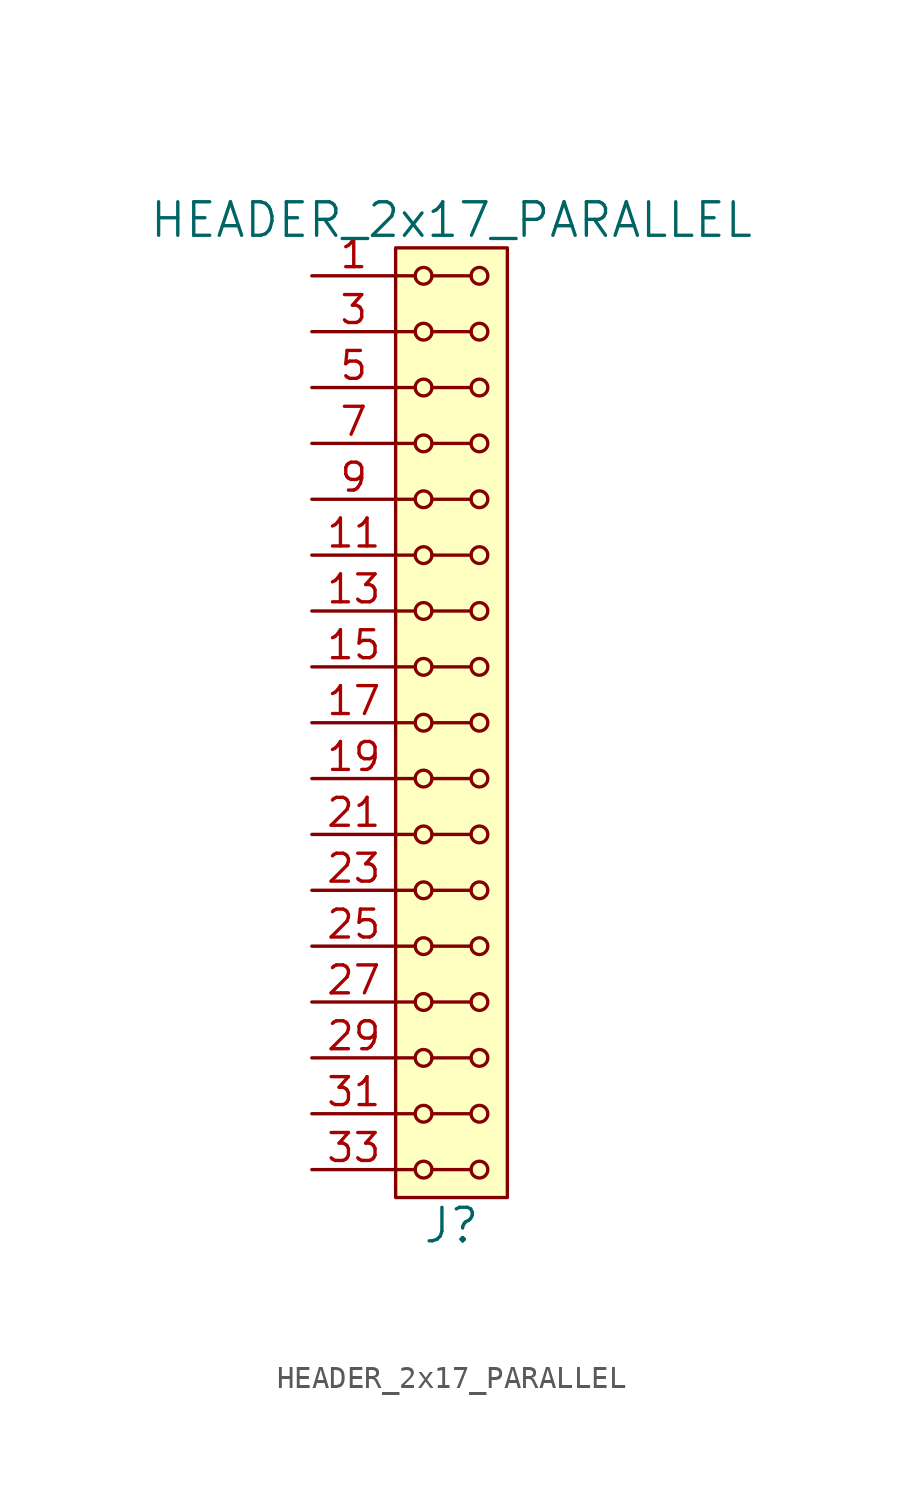
<source format=kicad_sym>
(kicad_symbol_lib
  (version 20211014)
  (generator kicad_symbol_editor)
  (symbol "HEADER_2x17_PARALLEL"
    (pin_names
      (offset 1.016))
    (property "Reference" "J"
      (at 0 -22.86 0)
      (effects (font (size 1.524 1.524))))
    (property "Value" "HEADER_2x17_PARALLEL"
      (at 0 22.86 0)
      (effects (font (size 1.524 1.524))))
    (property "Footprint" ""
      (at 0 20.32 0)
      (effects (font (size 1.524 1.524))))
    (property "Datasheet" ""
      (at 0 20.32 0)
      (effects (font (size 1.524 1.524))))
    (symbol "HEADER_2x17_PARALLEL_0_1"
      (rectangle (start -2.54 21.59) (end 2.54 -21.59) (stroke (width 0) (type default) (color 0 0 0 0)) (fill (type background)))
      (circle (center -1.27 -20.32) (radius 0.381) (stroke (width 0) (type default) (color 0 0 0 0)) (fill (type none)))
      (circle (center -1.27 -17.78) (radius 0.381) (stroke (width 0) (type default) (color 0 0 0 0)) (fill (type none)))
      (circle (center -1.27 -15.24) (radius 0.381) (stroke (width 0) (type default) (color 0 0 0 0)) (fill (type none)))
      (circle (center -1.27 -12.7) (radius 0.381) (stroke (width 0) (type default) (color 0 0 0 0)) (fill (type none)))
      (circle (center -1.27 -10.16) (radius 0.381) (stroke (width 0) (type default) (color 0 0 0 0)) (fill (type none)))
      (circle (center -1.27 -7.62) (radius 0.381) (stroke (width 0) (type default) (color 0 0 0 0)) (fill (type none)))
      (circle (center -1.27 -5.08) (radius 0.381) (stroke (width 0) (type default) (color 0 0 0 0)) (fill (type none)))
      (circle (center -1.27 -2.54) (radius 0.381) (stroke (width 0) (type default) (color 0 0 0 0)) (fill (type none)))
      (circle (center -1.27 0) (radius 0.381) (stroke (width 0) (type default) (color 0 0 0 0)) (fill (type none)))
      (circle (center -1.27 2.54) (radius 0.381) (stroke (width 0) (type default) (color 0 0 0 0)) (fill (type none)))
      (circle (center -1.27 5.08) (radius 0.381) (stroke (width 0) (type default) (color 0 0 0 0)) (fill (type none)))
      (circle (center -1.27 7.62) (radius 0.381) (stroke (width 0) (type default) (color 0 0 0 0)) (fill (type none)))
      (circle (center -1.27 10.16) (radius 0.381) (stroke (width 0) (type default) (color 0 0 0 0)) (fill (type none)))
      (circle (center -1.27 12.7) (radius 0.381) (stroke (width 0) (type default) (color 0 0 0 0)) (fill (type none)))
      (circle (center -1.27 15.24) (radius 0.381) (stroke (width 0) (type default) (color 0 0 0 0)) (fill (type none)))
      (circle (center -1.27 17.78) (radius 0.381) (stroke (width 0) (type default) (color 0 0 0 0)) (fill (type none)))
      (circle (center -1.27 20.32) (radius 0.381) (stroke (width 0) (type default) (color 0 0 0 0)) (fill (type none)))
      (polyline (pts (xy -1.651 -20.32) (xy -2.54 -20.32)) (stroke (width 0) (type default) (color 0 0 0 0)) (fill (type none)))
      (polyline (pts (xy -1.651 -17.78) (xy -2.54 -17.78)) (stroke (width 0) (type default) (color 0 0 0 0)) (fill (type none)))
      (polyline (pts (xy -1.651 -15.24) (xy -2.54 -15.24)) (stroke (width 0) (type default) (color 0 0 0 0)) (fill (type none)))
      (polyline (pts (xy -1.651 -12.7) (xy -2.54 -12.7)) (stroke (width 0) (type default) (color 0 0 0 0)) (fill (type none)))
      (polyline (pts (xy -1.651 -10.16) (xy -2.54 -10.16)) (stroke (width 0) (type default) (color 0 0 0 0)) (fill (type none)))
      (polyline (pts (xy -1.651 -7.62) (xy -2.54 -7.62)) (stroke (width 0) (type default) (color 0 0 0 0)) (fill (type none)))
      (polyline (pts (xy -1.651 -5.08) (xy -2.54 -5.08)) (stroke (width 0) (type default) (color 0 0 0 0)) (fill (type none)))
      (polyline (pts (xy -1.651 -2.54) (xy -2.54 -2.54)) (stroke (width 0) (type default) (color 0 0 0 0)) (fill (type none)))
      (polyline (pts (xy -1.651 0) (xy -2.54 0)) (stroke (width 0) (type default) (color 0 0 0 0)) (fill (type none)))
      (polyline (pts (xy -1.651 2.54) (xy -2.54 2.54)) (stroke (width 0) (type default) (color 0 0 0 0)) (fill (type none)))
      (polyline (pts (xy -1.651 5.08) (xy -2.54 5.08)) (stroke (width 0) (type default) (color 0 0 0 0)) (fill (type none)))
      (polyline (pts (xy -1.651 7.62) (xy -2.54 7.62)) (stroke (width 0) (type default) (color 0 0 0 0)) (fill (type none)))
      (polyline (pts (xy -1.651 10.16) (xy -2.54 10.16)) (stroke (width 0) (type default) (color 0 0 0 0)) (fill (type none)))
      (polyline (pts (xy -1.651 12.7) (xy -2.54 12.7)) (stroke (width 0) (type default) (color 0 0 0 0)) (fill (type none)))
      (polyline (pts (xy -1.651 15.24) (xy -2.54 15.24)) (stroke (width 0) (type default) (color 0 0 0 0)) (fill (type none)))
      (polyline (pts (xy -1.651 17.78) (xy -2.54 17.78)) (stroke (width 0) (type default) (color 0 0 0 0)) (fill (type none)))
      (polyline (pts (xy -1.651 20.32) (xy -2.54 20.32)) (stroke (width 0) (type default) (color 0 0 0 0)) (fill (type none)))
      (polyline (pts (xy -0.889 -20.32) (xy 0.889 -20.32)) (stroke (width 0) (type default) (color 0 0 0 0)) (fill (type none)))
      (polyline (pts (xy -0.889 -17.78) (xy 0.889 -17.78)) (stroke (width 0) (type default) (color 0 0 0 0)) (fill (type none)))
      (polyline (pts (xy -0.889 -15.24) (xy 0.889 -15.24)) (stroke (width 0) (type default) (color 0 0 0 0)) (fill (type none)))
      (polyline (pts (xy -0.889 -12.7) (xy 0.889 -12.7)) (stroke (width 0) (type default) (color 0 0 0 0)) (fill (type none)))
      (polyline (pts (xy -0.889 -10.16) (xy 0.889 -10.16)) (stroke (width 0) (type default) (color 0 0 0 0)) (fill (type none)))
      (polyline (pts (xy -0.889 -7.62) (xy 0.889 -7.62)) (stroke (width 0) (type default) (color 0 0 0 0)) (fill (type none)))
      (polyline (pts (xy -0.889 -5.08) (xy 0.889 -5.08)) (stroke (width 0) (type default) (color 0 0 0 0)) (fill (type none)))
      (polyline (pts (xy -0.889 -2.54) (xy 0.889 -2.54)) (stroke (width 0) (type default) (color 0 0 0 0)) (fill (type none)))
      (polyline (pts (xy -0.889 0) (xy 0.889 0)) (stroke (width 0) (type default) (color 0 0 0 0)) (fill (type none)))
      (polyline (pts (xy -0.889 2.54) (xy 0.889 2.54)) (stroke (width 0) (type default) (color 0 0 0 0)) (fill (type none)))
      (polyline (pts (xy -0.889 5.08) (xy 0.889 5.08)) (stroke (width 0) (type default) (color 0 0 0 0)) (fill (type none)))
      (polyline (pts (xy -0.889 7.62) (xy 0.889 7.62)) (stroke (width 0) (type default) (color 0 0 0 0)) (fill (type none)))
      (polyline (pts (xy -0.889 10.16) (xy 0.889 10.16)) (stroke (width 0) (type default) (color 0 0 0 0)) (fill (type none)))
      (polyline (pts (xy -0.889 12.7) (xy 0.889 12.7)) (stroke (width 0) (type default) (color 0 0 0 0)) (fill (type none)))
      (polyline (pts (xy -0.889 15.24) (xy 0.889 15.24)) (stroke (width 0) (type default) (color 0 0 0 0)) (fill (type none)))
      (polyline (pts (xy -0.889 17.78) (xy 0.889 17.78)) (stroke (width 0) (type default) (color 0 0 0 0)) (fill (type none)))
      (polyline (pts (xy -0.889 20.32) (xy 0.889 20.32)) (stroke (width 0) (type default) (color 0 0 0 0)) (fill (type none)))
      (circle (center 1.27 -20.32) (radius 0.381) (stroke (width 0) (type default) (color 0 0 0 0)) (fill (type none)))
      (circle (center 1.27 -17.78) (radius 0.381) (stroke (width 0) (type default) (color 0 0 0 0)) (fill (type none)))
      (circle (center 1.27 -15.24) (radius 0.381) (stroke (width 0) (type default) (color 0 0 0 0)) (fill (type none)))
      (circle (center 1.27 -12.7) (radius 0.381) (stroke (width 0) (type default) (color 0 0 0 0)) (fill (type none)))
      (circle (center 1.27 -10.16) (radius 0.381) (stroke (width 0) (type default) (color 0 0 0 0)) (fill (type none)))
      (circle (center 1.27 -7.62) (radius 0.381) (stroke (width 0) (type default) (color 0 0 0 0)) (fill (type none)))
      (circle (center 1.27 -5.08) (radius 0.381) (stroke (width 0) (type default) (color 0 0 0 0)) (fill (type none)))
      (circle (center 1.27 -2.54) (radius 0.381) (stroke (width 0) (type default) (color 0 0 0 0)) (fill (type none)))
      (circle (center 1.27 0) (radius 0.381) (stroke (width 0) (type default) (color 0 0 0 0)) (fill (type none)))
      (circle (center 1.27 2.54) (radius 0.381) (stroke (width 0) (type default) (color 0 0 0 0)) (fill (type none)))
      (circle (center 1.27 5.08) (radius 0.381) (stroke (width 0) (type default) (color 0 0 0 0)) (fill (type none)))
      (circle (center 1.27 7.62) (radius 0.381) (stroke (width 0) (type default) (color 0 0 0 0)) (fill (type none)))
      (circle (center 1.27 10.16) (radius 0.381) (stroke (width 0) (type default) (color 0 0 0 0)) (fill (type none)))
      (circle (center 1.27 12.7) (radius 0.381) (stroke (width 0) (type default) (color 0 0 0 0)) (fill (type none)))
      (circle (center 1.27 15.24) (radius 0.381) (stroke (width 0) (type default) (color 0 0 0 0)) (fill (type none)))
      (circle (center 1.27 17.78) (radius 0.381) (stroke (width 0) (type default) (color 0 0 0 0)) (fill (type none)))
      (circle (center 1.27 20.32) (radius 0.381) (stroke (width 0) (type default) (color 0 0 0 0)) (fill (type none))))
    (symbol "HEADER_2x17_PARALLEL_1_1"
      (pin input line (at -6.35 20.32 0) (length 3.81) (name "~" (effects (font (size 1.27 1.27)))) (number "1" (effects (font (size 1.27 1.27)))))
      (pin input line (at -6.35 10.16 0) (length 3.81) hide (name "~" (effects (font (size 1.27 1.27)))) (number "10" (effects (font (size 1.27 1.27)))))
      (pin input line (at -6.35 7.62 0) (length 3.81) (name "~" (effects (font (size 1.27 1.27)))) (number "11" (effects (font (size 1.27 1.27)))))
      (pin input line (at -6.35 7.62 0) (length 3.81) hide (name "~" (effects (font (size 1.27 1.27)))) (number "12" (effects (font (size 1.27 1.27)))))
      (pin input line (at -6.35 5.08 0) (length 3.81) (name "~" (effects (font (size 1.27 1.27)))) (number "13" (effects (font (size 1.27 1.27)))))
      (pin input line (at -6.35 5.08 0) (length 3.81) hide (name "~" (effects (font (size 1.27 1.27)))) (number "14" (effects (font (size 1.27 1.27)))))
      (pin input line (at -6.35 2.54 0) (length 3.81) (name "~" (effects (font (size 1.27 1.27)))) (number "15" (effects (font (size 1.27 1.27)))))
      (pin input line (at -6.35 2.54 0) (length 3.81) hide (name "~" (effects (font (size 1.27 1.27)))) (number "16" (effects (font (size 1.27 1.27)))))
      (pin input line (at -6.35 0 0) (length 3.81) (name "~" (effects (font (size 1.27 1.27)))) (number "17" (effects (font (size 1.27 1.27)))))
      (pin input line (at -6.35 0 0) (length 3.81) hide (name "~" (effects (font (size 1.27 1.27)))) (number "18" (effects (font (size 1.27 1.27)))))
      (pin input line (at -6.35 -2.54 0) (length 3.81) (name "~" (effects (font (size 1.27 1.27)))) (number "19" (effects (font (size 1.27 1.27)))))
      (pin input line (at -6.35 20.32 0) (length 3.81) hide (name "~" (effects (font (size 1.27 1.27)))) (number "2" (effects (font (size 1.27 1.27)))))
      (pin input line (at -6.35 -2.54 0) (length 3.81) hide (name "~" (effects (font (size 1.27 1.27)))) (number "20" (effects (font (size 1.27 1.27)))))
      (pin input line (at -6.35 -5.08 0) (length 3.81) (name "~" (effects (font (size 1.27 1.27)))) (number "21" (effects (font (size 1.27 1.27)))))
      (pin input line (at -6.35 -5.08 0) (length 3.81) hide (name "~" (effects (font (size 1.27 1.27)))) (number "22" (effects (font (size 1.27 1.27)))))
      (pin input line (at -6.35 -7.62 0) (length 3.81) (name "~" (effects (font (size 1.27 1.27)))) (number "23" (effects (font (size 1.27 1.27)))))
      (pin input line (at -6.35 -7.62 0) (length 3.81) hide (name "~" (effects (font (size 1.27 1.27)))) (number "24" (effects (font (size 1.27 1.27)))))
      (pin input line (at -6.35 -10.16 0) (length 3.81) (name "~" (effects (font (size 1.27 1.27)))) (number "25" (effects (font (size 1.27 1.27)))))
      (pin input line (at -6.35 -10.16 0) (length 3.81) hide (name "~" (effects (font (size 1.27 1.27)))) (number "26" (effects (font (size 1.27 1.27)))))
      (pin input line (at -6.35 -12.7 0) (length 3.81) (name "~" (effects (font (size 1.27 1.27)))) (number "27" (effects (font (size 1.27 1.27)))))
      (pin input line (at -6.35 -12.7 0) (length 3.81) hide (name "~" (effects (font (size 1.27 1.27)))) (number "28" (effects (font (size 1.27 1.27)))))
      (pin input line (at -6.35 -15.24 0) (length 3.81) (name "~" (effects (font (size 1.27 1.27)))) (number "29" (effects (font (size 1.27 1.27)))))
      (pin input line (at -6.35 17.78 0) (length 3.81) (name "~" (effects (font (size 1.27 1.27)))) (number "3" (effects (font (size 1.27 1.27)))))
      (pin input line (at -6.35 -15.24 0) (length 3.81) hide (name "~" (effects (font (size 1.27 1.27)))) (number "30" (effects (font (size 1.27 1.27)))))
      (pin input line (at -6.35 -17.78 0) (length 3.81) (name "~" (effects (font (size 1.27 1.27)))) (number "31" (effects (font (size 1.27 1.27)))))
      (pin input line (at -6.35 -17.78 0) (length 3.81) hide (name "~" (effects (font (size 1.27 1.27)))) (number "32" (effects (font (size 1.27 1.27)))))
      (pin input line (at -6.35 -20.32 0) (length 3.81) (name "~" (effects (font (size 1.27 1.27)))) (number "33" (effects (font (size 1.27 1.27)))))
      (pin input line (at -6.35 -20.32 0) (length 3.81) hide (name "~" (effects (font (size 1.27 1.27)))) (number "34" (effects (font (size 1.27 1.27)))))
      (pin input line (at -6.35 17.78 0) (length 3.81) hide (name "~" (effects (font (size 1.27 1.27)))) (number "4" (effects (font (size 1.27 1.27)))))
      (pin input line (at -6.35 15.24 0) (length 3.81) (name "~" (effects (font (size 1.27 1.27)))) (number "5" (effects (font (size 1.27 1.27)))))
      (pin input line (at -6.35 15.24 0) (length 3.81) hide (name "~" (effects (font (size 1.27 1.27)))) (number "6" (effects (font (size 1.27 1.27)))))
      (pin input line (at -6.35 12.7 0) (length 3.81) (name "~" (effects (font (size 1.27 1.27)))) (number "7" (effects (font (size 1.27 1.27)))))
      (pin input line (at -6.35 12.7 0) (length 3.81) hide (name "~" (effects (font (size 1.27 1.27)))) (number "8" (effects (font (size 1.27 1.27)))))
      (pin input line (at -6.35 10.16 0) (length 3.81) (name "~" (effects (font (size 1.27 1.27)))) (number "9" (effects (font (size 1.27 1.27))))))))
</source>
